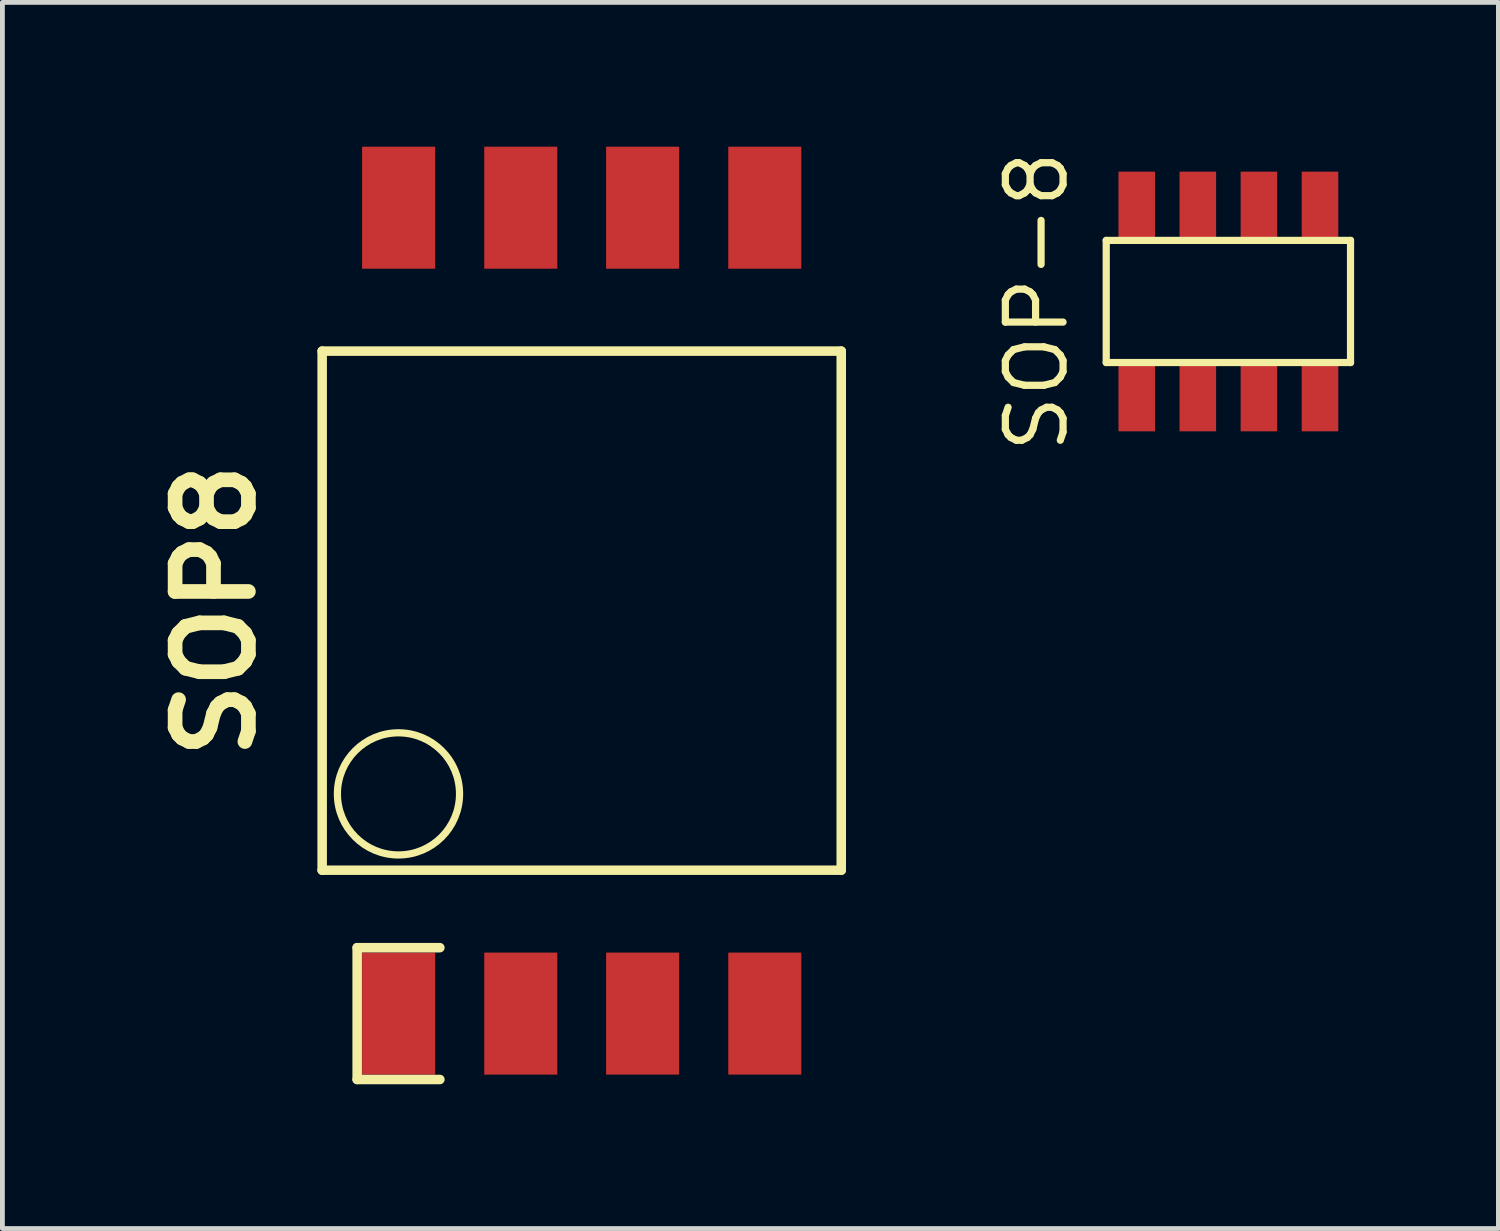
<source format=kicad_pcb>
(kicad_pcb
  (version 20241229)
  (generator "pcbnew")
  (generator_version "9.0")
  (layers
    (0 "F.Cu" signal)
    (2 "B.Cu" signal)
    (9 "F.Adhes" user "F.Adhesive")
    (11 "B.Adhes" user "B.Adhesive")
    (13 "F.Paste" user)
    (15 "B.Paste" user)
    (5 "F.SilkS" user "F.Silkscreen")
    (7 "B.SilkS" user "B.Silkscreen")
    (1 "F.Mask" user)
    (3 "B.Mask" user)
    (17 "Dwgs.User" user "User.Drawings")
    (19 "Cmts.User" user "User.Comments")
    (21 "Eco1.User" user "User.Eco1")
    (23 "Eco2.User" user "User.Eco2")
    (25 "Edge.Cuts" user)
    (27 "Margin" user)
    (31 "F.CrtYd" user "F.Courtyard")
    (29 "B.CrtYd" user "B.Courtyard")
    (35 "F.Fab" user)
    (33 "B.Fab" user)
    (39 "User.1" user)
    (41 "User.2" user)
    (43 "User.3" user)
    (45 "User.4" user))
  (footprint "SOP8"
    (layer "F.Cu")
    (at 9.046 9.648)
    (property "Reference" "SOP8" (at -7.62 0 90) (layer "F.SilkS") (effects (font (size 1.524 1.524) (thickness 0.305))))
    (attr through_hole)
    (fp_line (start -5.397 -5.397) (end -5.397 5.397) (stroke (width 0.198) (type solid)) (layer "F.SilkS"))
    (fp_line (start -5.397 -5.397) (end 5.397 -5.397) (stroke (width 0.198) (type solid)) (layer "F.SilkS"))
    (fp_line (start -5.397 5.397) (end 5.397 5.397) (stroke (width 0.198) (type solid)) (layer "F.SilkS"))
    (fp_line (start -4.669 7.008) (end -4.669 9.749) (stroke (width 0.198) (type solid)) (layer "F.SilkS"))
    (fp_line (start -4.669 7.008) (end -2.949 7.008) (stroke (width 0.198) (type solid)) (layer "F.SilkS"))
    (fp_line (start -4.669 9.749) (end -2.949 9.749) (stroke (width 0.198) (type solid)) (layer "F.SilkS"))
    (fp_line (start 5.397 -5.397) (end 5.397 5.397) (stroke (width 0.198) (type solid)) (layer "F.SilkS"))
    (fp_circle (center -3.81 3.81) (end -2.54 3.81) (stroke (width 0.15) (type solid)) (fill no) (layer "F.SilkS"))
    (pad "1" smd rect (at -3.807 8.379 180) (size 1.519 2.537) (layers "F.Cu" "F.Mask" "F.Paste"))
    (pad "2" smd rect (at -1.267 8.379 180) (size 1.519 2.537) (layers "F.Cu" "F.Mask" "F.Paste"))
    (pad "3" smd rect (at 1.267 8.379 180) (size 1.519 2.537) (layers "F.Cu" "F.Mask" "F.Paste"))
    (pad "4" smd rect (at 3.807 8.379 180) (size 1.519 2.537) (layers "F.Cu" "F.Mask" "F.Paste"))
    (pad "5" smd rect (at 3.807 -8.379) (size 1.519 2.537) (layers "F.Cu" "F.Mask" "F.Paste"))
    (pad "6" smd rect (at 1.267 -8.379) (size 1.519 2.537) (layers "F.Cu" "F.Mask" "F.Paste"))
    (pad "7" smd rect (at -1.267 -8.379) (size 1.519 2.537) (layers "F.Cu" "F.Mask" "F.Paste"))
    (pad "8" smd rect (at -3.807 -8.379) (size 1.519 2.537) (layers "F.Cu" "F.Mask" "F.Paste")))
  (footprint "SOP-8"
    (layer "F.Cu")
    (at 22.493 3.219)
    (property "Reference" "SOP-8" (at -3.985 0 90) (layer "F.SilkS") (effects (font (size 1.2 1.2) (thickness 0.15))))
    (attr through_hole)
    (fp_line (start -2.54 -1.27) (end 2.54 -1.27) (stroke (width 0.15) (type solid)) (layer "F.SilkS"))
    (fp_line (start -2.54 1.27) (end -2.54 -1.27) (stroke (width 0.15) (type solid)) (layer "F.SilkS"))
    (fp_line (start 2.54 -1.27) (end 2.54 1.27) (stroke (width 0.15) (type solid)) (layer "F.SilkS"))
    (fp_line (start 2.54 1.27) (end -2.54 1.27) (stroke (width 0.15) (type solid)) (layer "F.SilkS"))
    (pad "1" smd rect (at -1.905 2) (size 0.76 1.4) (layers "F.Cu" "F.Mask" "F.Paste"))
    (pad "2" smd rect (at -0.635 2) (size 0.76 1.4) (layers "F.Cu" "F.Mask" "F.Paste"))
    (pad "3" smd rect (at 0.635 2) (size 0.76 1.4) (layers "F.Cu" "F.Mask" "F.Paste"))
    (pad "4" smd rect (at 1.905 2) (size 0.76 1.4) (layers "F.Cu" "F.Mask" "F.Paste"))
    (pad "5" smd rect (at 1.905 -2) (size 0.76 1.4) (layers "F.Cu" "F.Mask" "F.Paste"))
    (pad "6" smd rect (at 0.635 -2) (size 0.76 1.4) (layers "F.Cu" "F.Mask" "F.Paste"))
    (pad "7" smd rect (at -0.635 -2) (size 0.76 1.4) (layers "F.Cu" "F.Mask" "F.Paste"))
    (pad "8" smd rect (at -1.905 -2) (size 0.76 1.4) (layers "F.Cu" "F.Mask" "F.Paste")))
  (gr_rect
    (start -3 -3)
    (end 28.108 22.496)
    (stroke (width 0.1) (type default))
    (fill no)
    (layer "Edge.Cuts")))
</source>
